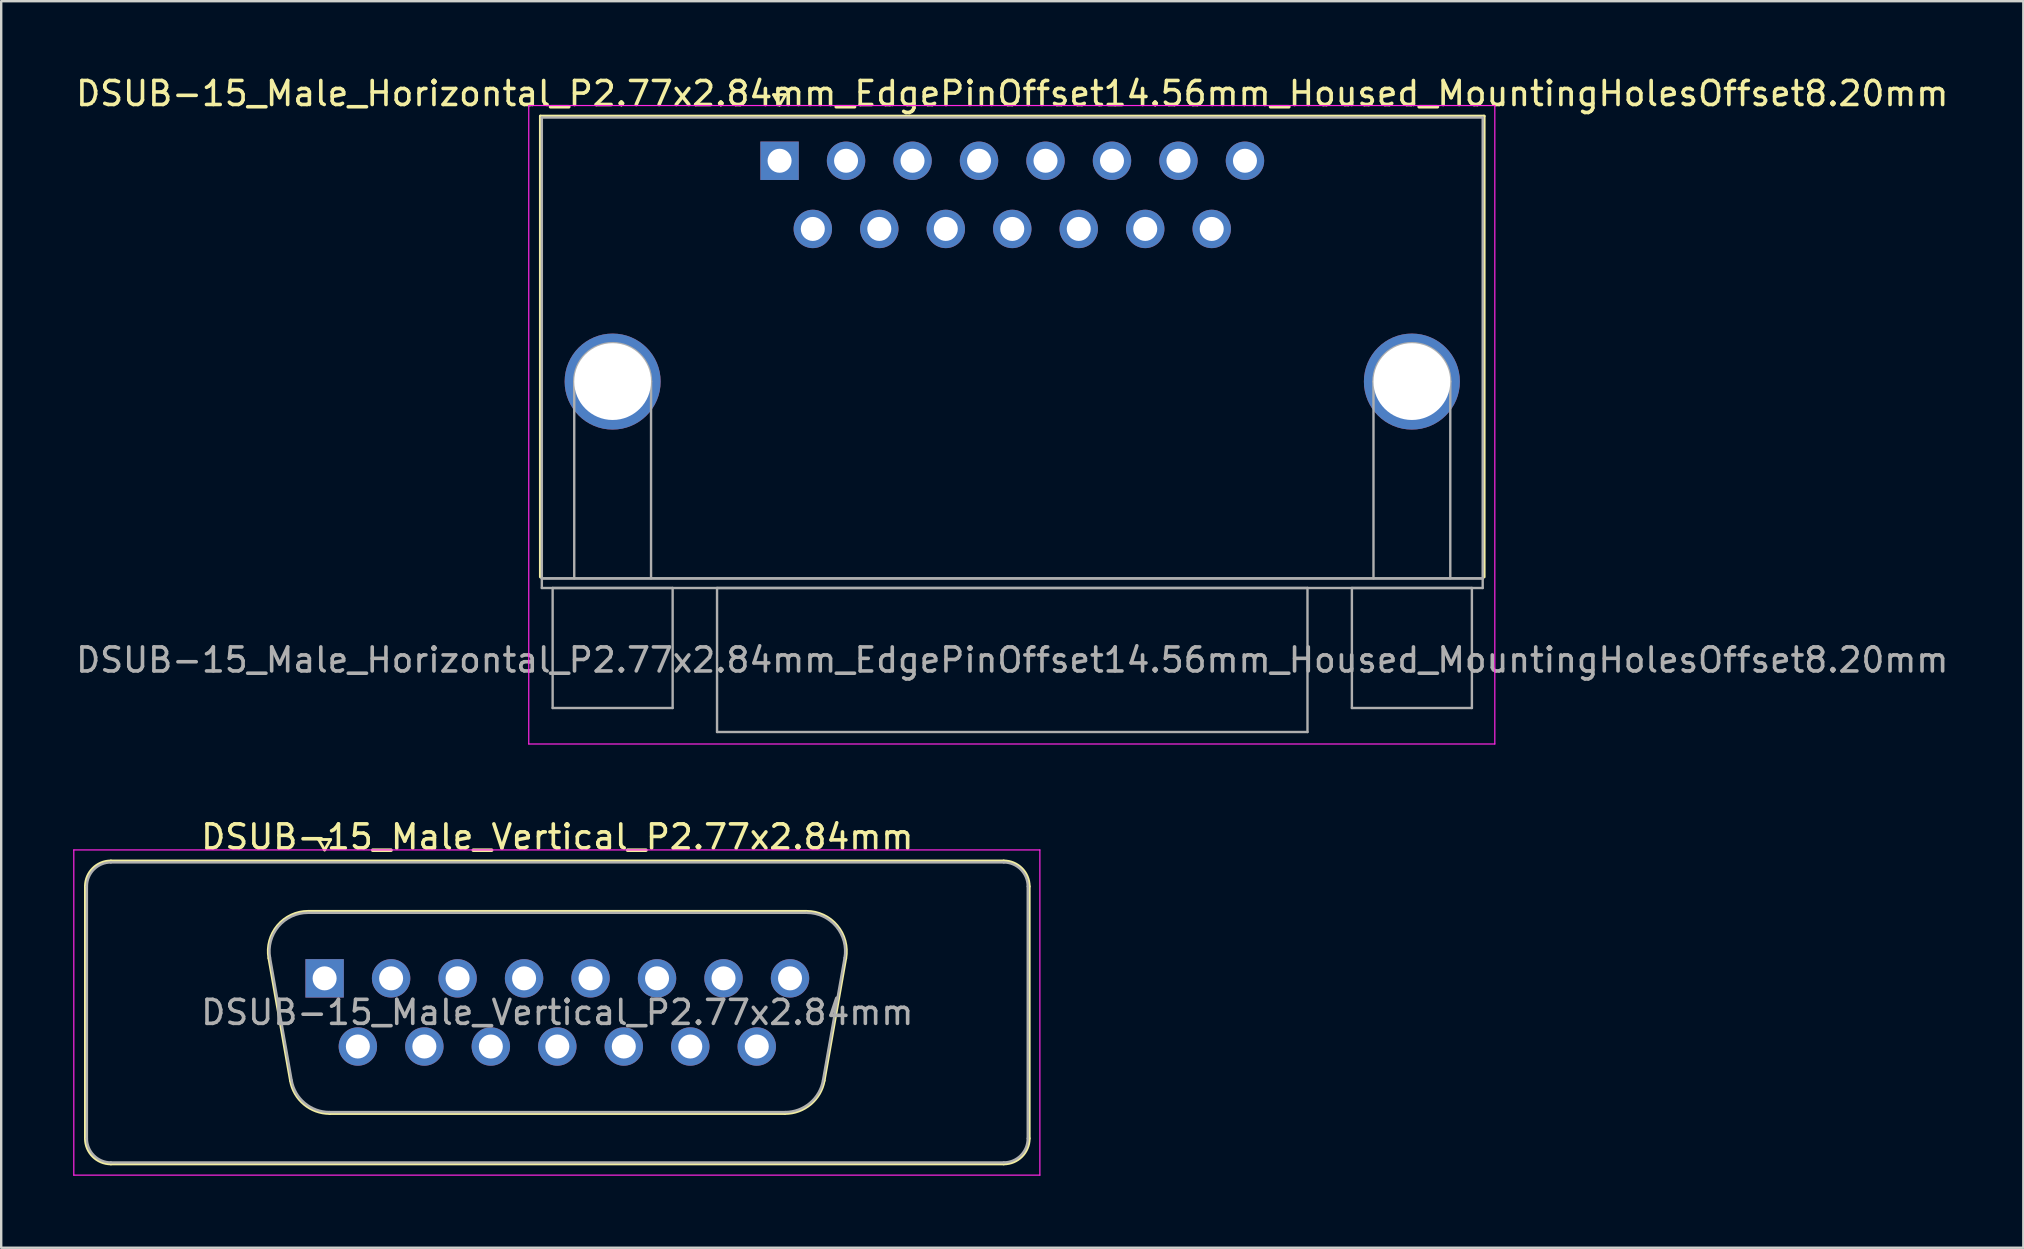
<source format=kicad_pcb>
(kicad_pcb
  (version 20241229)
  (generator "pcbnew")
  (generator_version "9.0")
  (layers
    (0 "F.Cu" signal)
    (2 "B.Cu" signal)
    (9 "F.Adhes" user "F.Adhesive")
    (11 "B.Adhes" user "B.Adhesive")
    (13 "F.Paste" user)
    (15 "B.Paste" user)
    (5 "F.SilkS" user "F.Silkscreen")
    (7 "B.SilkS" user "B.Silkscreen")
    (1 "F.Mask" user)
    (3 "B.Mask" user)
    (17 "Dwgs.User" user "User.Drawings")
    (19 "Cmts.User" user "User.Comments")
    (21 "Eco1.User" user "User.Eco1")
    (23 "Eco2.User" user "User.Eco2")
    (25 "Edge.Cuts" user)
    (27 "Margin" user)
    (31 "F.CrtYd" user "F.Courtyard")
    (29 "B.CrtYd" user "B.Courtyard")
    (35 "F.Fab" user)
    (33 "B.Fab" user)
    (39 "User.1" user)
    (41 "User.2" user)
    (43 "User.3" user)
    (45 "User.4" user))
  (footprint "DSUB-15_Male_Horizontal_P2.77x2.84mm_EdgePinOffset14.56mm_Housed_MountingHolesOffset8.20mm"
    (layer "F.Cu")
    (at 29.43 3.648)
    (property "Reference" "DSUB-15_Male_Horizontal_P2.77x2.84mm_EdgePinOffset14.56mm_Housed_MountingHolesOffset8.20mm" (at 9.695 -2.8 0) (layer "F.SilkS") (effects (font (size 1 1) (thickness 0.15))))
    (attr through_hole)
    (fp_line (start -9.965 -1.86) (end 29.355 -1.86) (stroke (width 0.12) (type solid)) (layer "F.SilkS"))
    (fp_line (start -9.965 17.34) (end -9.965 -1.86) (stroke (width 0.12) (type solid)) (layer "F.SilkS"))
    (fp_line (start -0.25 -2.754) (end 0.25 -2.754) (stroke (width 0.12) (type solid)) (layer "F.SilkS"))
    (fp_line (start 0 -2.321) (end -0.25 -2.754) (stroke (width 0.12) (type solid)) (layer "F.SilkS"))
    (fp_line (start 0.25 -2.754) (end 0 -2.321) (stroke (width 0.12) (type solid)) (layer "F.SilkS"))
    (fp_line (start 29.355 -1.86) (end 29.355 17.34) (stroke (width 0.12) (type solid)) (layer "F.SilkS"))
    (fp_line (start -10.45 -2.3) (end -10.45 24.3) (stroke (width 0.05) (type solid)) (layer "F.CrtYd"))
    (fp_line (start -10.45 24.3) (end 29.8 24.3) (stroke (width 0.05) (type solid)) (layer "F.CrtYd"))
    (fp_line (start 29.8 -2.3) (end -10.45 -2.3) (stroke (width 0.05) (type solid)) (layer "F.CrtYd"))
    (fp_line (start 29.8 24.3) (end 29.8 -2.3) (stroke (width 0.05) (type solid)) (layer "F.CrtYd"))
    (fp_line (start -9.905 -1.8) (end -9.905 17.4) (stroke (width 0.1) (type solid)) (layer "F.Fab"))
    (fp_line (start -9.905 17.4) (end -9.905 17.8) (stroke (width 0.1) (type solid)) (layer "F.Fab"))
    (fp_line (start -9.905 17.4) (end 29.295 17.4) (stroke (width 0.1) (type solid)) (layer "F.Fab"))
    (fp_line (start -9.905 17.8) (end 29.295 17.8) (stroke (width 0.1) (type solid)) (layer "F.Fab"))
    (fp_line (start -9.455 17.8) (end -9.455 22.8) (stroke (width 0.1) (type solid)) (layer "F.Fab"))
    (fp_line (start -9.455 22.8) (end -4.455 22.8) (stroke (width 0.1) (type solid)) (layer "F.Fab"))
    (fp_line (start -8.555 17.4) (end -8.555 9.2) (stroke (width 0.1) (type solid)) (layer "F.Fab"))
    (fp_line (start -5.355 17.4) (end -5.355 9.2) (stroke (width 0.1) (type solid)) (layer "F.Fab"))
    (fp_line (start -4.455 17.8) (end -9.455 17.8) (stroke (width 0.1) (type solid)) (layer "F.Fab"))
    (fp_line (start -4.455 22.8) (end -4.455 17.8) (stroke (width 0.1) (type solid)) (layer "F.Fab"))
    (fp_line (start -2.605 17.8) (end -2.605 23.8) (stroke (width 0.1) (type solid)) (layer "F.Fab"))
    (fp_line (start -2.605 23.8) (end 21.995 23.8) (stroke (width 0.1) (type solid)) (layer "F.Fab"))
    (fp_line (start 21.995 17.8) (end -2.605 17.8) (stroke (width 0.1) (type solid)) (layer "F.Fab"))
    (fp_line (start 21.995 23.8) (end 21.995 17.8) (stroke (width 0.1) (type solid)) (layer "F.Fab"))
    (fp_line (start 23.845 17.8) (end 23.845 22.8) (stroke (width 0.1) (type solid)) (layer "F.Fab"))
    (fp_line (start 23.845 22.8) (end 28.845 22.8) (stroke (width 0.1) (type solid)) (layer "F.Fab"))
    (fp_line (start 24.745 17.4) (end 24.745 9.2) (stroke (width 0.1) (type solid)) (layer "F.Fab"))
    (fp_line (start 27.945 17.4) (end 27.945 9.2) (stroke (width 0.1) (type solid)) (layer "F.Fab"))
    (fp_line (start 28.845 17.8) (end 23.845 17.8) (stroke (width 0.1) (type solid)) (layer "F.Fab"))
    (fp_line (start 28.845 22.8) (end 28.845 17.8) (stroke (width 0.1) (type solid)) (layer "F.Fab"))
    (fp_line (start 29.295 -1.8) (end -9.905 -1.8) (stroke (width 0.1) (type solid)) (layer "F.Fab"))
    (fp_line (start 29.295 17.4) (end -9.905 17.4) (stroke (width 0.1) (type solid)) (layer "F.Fab"))
    (fp_line (start 29.295 17.4) (end 29.295 -1.8) (stroke (width 0.1) (type solid)) (layer "F.Fab"))
    (fp_line (start 29.295 17.8) (end 29.295 17.4) (stroke (width 0.1) (type solid)) (layer "F.Fab"))
    (fp_arc (start -8.555 9.2) (mid -6.955 7.6) (end -5.355 9.2) (stroke (width 0.1) (type solid)) (layer "F.Fab"))
    (fp_arc (start 24.745 9.2) (mid 26.345 7.6) (end 27.945 9.2) (stroke (width 0.1) (type solid)) (layer "F.Fab"))
    (fp_text user "${REFERENCE}" (at 9.695 20.8 0) (layer "F.Fab") (effects (font (size 1 1) (thickness 0.15))))
    (pad "0" thru_hole circle (at -6.955 9.2) (size 4 4) (drill 3.2) (layers "*.Cu" "*.Mask"))
    (pad "0" thru_hole circle (at 26.345 9.2) (size 4 4) (drill 3.2) (layers "*.Cu" "*.Mask"))
    (pad "1" thru_hole rect (at 0 0) (size 1.6 1.6) (drill 1) (layers "*.Cu" "*.Mask"))
    (pad "2" thru_hole circle (at 2.77 0) (size 1.6 1.6) (drill 1) (layers "*.Cu" "*.Mask"))
    (pad "3" thru_hole circle (at 5.54 0) (size 1.6 1.6) (drill 1) (layers "*.Cu" "*.Mask"))
    (pad "4" thru_hole circle (at 8.31 0) (size 1.6 1.6) (drill 1) (layers "*.Cu" "*.Mask"))
    (pad "5" thru_hole circle (at 11.08 0) (size 1.6 1.6) (drill 1) (layers "*.Cu" "*.Mask"))
    (pad "6" thru_hole circle (at 13.85 0) (size 1.6 1.6) (drill 1) (layers "*.Cu" "*.Mask"))
    (pad "7" thru_hole circle (at 16.62 0) (size 1.6 1.6) (drill 1) (layers "*.Cu" "*.Mask"))
    (pad "8" thru_hole circle (at 19.39 0) (size 1.6 1.6) (drill 1) (layers "*.Cu" "*.Mask"))
    (pad "9" thru_hole circle (at 1.385 2.84) (size 1.6 1.6) (drill 1) (layers "*.Cu" "*.Mask"))
    (pad "10" thru_hole circle (at 4.155 2.84) (size 1.6 1.6) (drill 1) (layers "*.Cu" "*.Mask"))
    (pad "11" thru_hole circle (at 6.925 2.84) (size 1.6 1.6) (drill 1) (layers "*.Cu" "*.Mask"))
    (pad "12" thru_hole circle (at 9.695 2.84) (size 1.6 1.6) (drill 1) (layers "*.Cu" "*.Mask"))
    (pad "13" thru_hole circle (at 12.465 2.84) (size 1.6 1.6) (drill 1) (layers "*.Cu" "*.Mask"))
    (pad "14" thru_hole circle (at 15.235 2.84) (size 1.6 1.6) (drill 1) (layers "*.Cu" "*.Mask"))
    (pad "15" thru_hole circle (at 18.005 2.84) (size 1.6 1.6) (drill 1) (layers "*.Cu" "*.Mask")))
  (footprint "DSUB-15_Male_Vertical_P2.77x2.84mm"
    (layer "F.Cu")
    (at 10.475 37.712)
    (property "Reference" "DSUB-15_Male_Vertical_P2.77x2.84mm" (at 9.695 -5.89 0) (layer "F.SilkS") (effects (font (size 1 1) (thickness 0.15))))
    (attr through_hole)
    (fp_line (start -9.965 6.67) (end -9.965 -3.83) (stroke (width 0.12) (type solid)) (layer "F.SilkS"))
    (fp_line (start -8.905 -4.89) (end 28.295 -4.89) (stroke (width 0.12) (type solid)) (layer "F.SilkS"))
    (fp_line (start -2.321 -0.842) (end -1.422 4.258) (stroke (width 0.12) (type solid)) (layer "F.SilkS"))
    (fp_line (start -0.687 -2.79) (end 20.077 -2.79) (stroke (width 0.12) (type solid)) (layer "F.SilkS"))
    (fp_line (start -0.25 -5.784) (end 0.25 -5.784) (stroke (width 0.12) (type solid)) (layer "F.SilkS"))
    (fp_line (start 0 -5.351) (end -0.25 -5.784) (stroke (width 0.12) (type solid)) (layer "F.SilkS"))
    (fp_line (start 0.213 5.63) (end 19.177 5.63) (stroke (width 0.12) (type solid)) (layer "F.SilkS"))
    (fp_line (start 0.25 -5.784) (end 0 -5.351) (stroke (width 0.12) (type solid)) (layer "F.SilkS"))
    (fp_line (start 21.711 -0.842) (end 20.812 4.258) (stroke (width 0.12) (type solid)) (layer "F.SilkS"))
    (fp_line (start 28.295 7.73) (end -8.905 7.73) (stroke (width 0.12) (type solid)) (layer "F.SilkS"))
    (fp_line (start 29.355 -3.83) (end 29.355 6.67) (stroke (width 0.12) (type solid)) (layer "F.SilkS"))
    (fp_arc (start -9.965 -3.83) (mid -9.654533 -4.579533) (end -8.905 -4.89) (stroke (width 0.12) (type solid)) (layer "F.SilkS"))
    (fp_arc (start -8.905 7.73) (mid -9.654533 7.419533) (end -9.965 6.67) (stroke (width 0.12) (type solid)) (layer "F.SilkS"))
    (fp_arc (start -2.32147 -0.841744) (mid -1.958323 -2.197028) (end -0.686689 -2.79) (stroke (width 0.12) (type solid)) (layer "F.SilkS"))
    (fp_arc (start 0.212579 5.63) (mid -0.854448 5.241634) (end -1.422202 4.258256) (stroke (width 0.12) (type solid)) (layer "F.SilkS"))
    (fp_arc (start 20.076689 -2.79) (mid 21.348323 -2.197027) (end 21.71147 -0.841744) (stroke (width 0.12) (type solid)) (layer "F.SilkS"))
    (fp_arc (start 20.812202 4.258256) (mid 20.244449 5.241634) (end 19.177421 5.63) (stroke (width 0.12) (type solid)) (layer "F.SilkS"))
    (fp_arc (start 28.295 -4.89) (mid 29.044533 -4.579533) (end 29.355 -3.83) (stroke (width 0.12) (type solid)) (layer "F.SilkS"))
    (fp_arc (start 29.355 6.67) (mid 29.044533 7.419533) (end 28.295 7.73) (stroke (width 0.12) (type solid)) (layer "F.SilkS"))
    (fp_line (start -10.45 -5.35) (end -10.45 8.2) (stroke (width 0.05) (type solid)) (layer "F.CrtYd"))
    (fp_line (start -10.45 8.2) (end 29.8 8.2) (stroke (width 0.05) (type solid)) (layer "F.CrtYd"))
    (fp_line (start 29.8 -5.35) (end -10.45 -5.35) (stroke (width 0.05) (type solid)) (layer "F.CrtYd"))
    (fp_line (start 29.8 8.2) (end 29.8 -5.35) (stroke (width 0.05) (type solid)) (layer "F.CrtYd"))
    (fp_line (start -9.905 6.67) (end -9.905 -3.83) (stroke (width 0.1) (type solid)) (layer "F.Fab"))
    (fp_line (start -8.905 -4.83) (end 28.295 -4.83) (stroke (width 0.1) (type solid)) (layer "F.Fab"))
    (fp_line (start -2.274 -0.852) (end -1.375 4.248) (stroke (width 0.1) (type solid)) (layer "F.Fab"))
    (fp_line (start -0.698 -2.73) (end 20.088 -2.73) (stroke (width 0.1) (type solid)) (layer "F.Fab"))
    (fp_line (start 0.201 5.57) (end 19.189 5.57) (stroke (width 0.1) (type solid)) (layer "F.Fab"))
    (fp_line (start 21.664 -0.852) (end 20.765 4.248) (stroke (width 0.1) (type solid)) (layer "F.Fab"))
    (fp_line (start 28.295 7.67) (end -8.905 7.67) (stroke (width 0.1) (type solid)) (layer "F.Fab"))
    (fp_line (start 29.295 -3.83) (end 29.295 6.67) (stroke (width 0.1) (type solid)) (layer "F.Fab"))
    (fp_arc (start -9.905 -3.83) (mid -9.612107 -4.537107) (end -8.905 -4.83) (stroke (width 0.1) (type solid)) (layer "F.Fab"))
    (fp_arc (start -8.905 7.67) (mid -9.612107 7.377107) (end -9.905 6.67) (stroke (width 0.1) (type solid)) (layer "F.Fab"))
    (fp_arc (start -2.273886 -0.852163) (mid -1.923865 -2.15846) (end -0.698194 -2.73) (stroke (width 0.1) (type solid)) (layer "F.Fab"))
    (fp_arc (start 0.201073 5.57) (mid -0.827387 5.195671) (end -1.374619 4.247837) (stroke (width 0.1) (type solid)) (layer "F.Fab"))
    (fp_arc (start 20.088194 -2.73) (mid 21.313865 -2.15846) (end 21.663886 -0.852163) (stroke (width 0.1) (type solid)) (layer "F.Fab"))
    (fp_arc (start 20.764619 4.247837) (mid 20.217387 5.195671) (end 19.188927 5.57) (stroke (width 0.1) (type solid)) (layer "F.Fab"))
    (fp_arc (start 28.295 -4.83) (mid 29.002107 -4.537107) (end 29.295 -3.83) (stroke (width 0.1) (type solid)) (layer "F.Fab"))
    (fp_arc (start 29.295 6.67) (mid 29.002107 7.377107) (end 28.295 7.67) (stroke (width 0.1) (type solid)) (layer "F.Fab"))
    (fp_text user "${REFERENCE}" (at 9.695 1.42 0) (layer "F.Fab") (effects (font (size 1 1) (thickness 0.15))))
    (pad "1" thru_hole rect (at 0 0) (size 1.6 1.6) (drill 1) (layers "*.Cu" "*.Mask"))
    (pad "2" thru_hole circle (at 2.77 0) (size 1.6 1.6) (drill 1) (layers "*.Cu" "*.Mask"))
    (pad "3" thru_hole circle (at 5.54 0) (size 1.6 1.6) (drill 1) (layers "*.Cu" "*.Mask"))
    (pad "4" thru_hole circle (at 8.31 0) (size 1.6 1.6) (drill 1) (layers "*.Cu" "*.Mask"))
    (pad "5" thru_hole circle (at 11.08 0) (size 1.6 1.6) (drill 1) (layers "*.Cu" "*.Mask"))
    (pad "6" thru_hole circle (at 13.85 0) (size 1.6 1.6) (drill 1) (layers "*.Cu" "*.Mask"))
    (pad "7" thru_hole circle (at 16.62 0) (size 1.6 1.6) (drill 1) (layers "*.Cu" "*.Mask"))
    (pad "8" thru_hole circle (at 19.39 0) (size 1.6 1.6) (drill 1) (layers "*.Cu" "*.Mask"))
    (pad "9" thru_hole circle (at 1.385 2.84) (size 1.6 1.6) (drill 1) (layers "*.Cu" "*.Mask"))
    (pad "10" thru_hole circle (at 4.155 2.84) (size 1.6 1.6) (drill 1) (layers "*.Cu" "*.Mask"))
    (pad "11" thru_hole circle (at 6.925 2.84) (size 1.6 1.6) (drill 1) (layers "*.Cu" "*.Mask"))
    (pad "12" thru_hole circle (at 9.695 2.84) (size 1.6 1.6) (drill 1) (layers "*.Cu" "*.Mask"))
    (pad "13" thru_hole circle (at 12.465 2.84) (size 1.6 1.6) (drill 1) (layers "*.Cu" "*.Mask"))
    (pad "14" thru_hole circle (at 15.235 2.84) (size 1.6 1.6) (drill 1) (layers "*.Cu" "*.Mask"))
    (pad "15" thru_hole circle (at 18.005 2.84) (size 1.6 1.6) (drill 1) (layers "*.Cu" "*.Mask")))
  (gr_rect
    (start -3 -3)
    (end 81.25 48.937)
    (stroke (width 0.1) (type default))
    (fill no)
    (layer "Edge.Cuts")))
</source>
